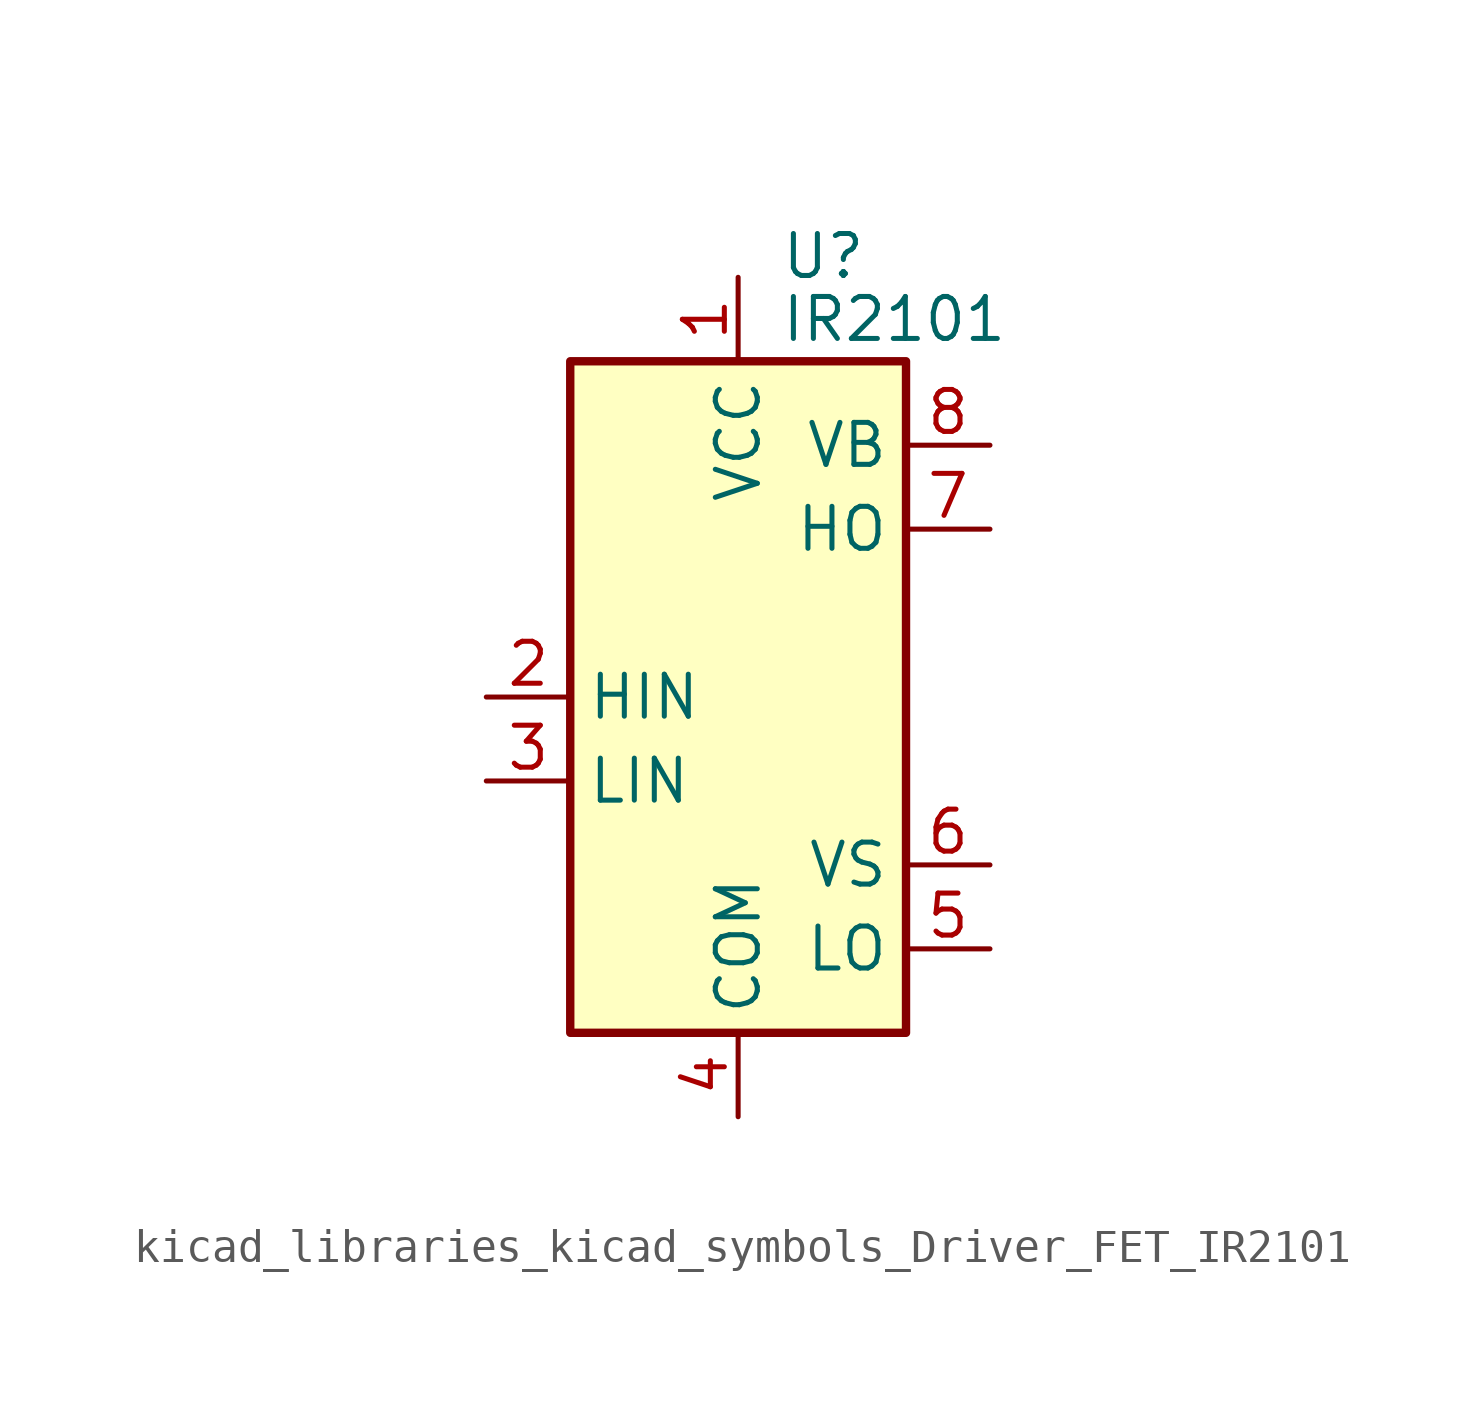
<source format=kicad_sym>
(kicad_symbol_lib
  (version 20220914)
  (generator kicad_symbol_editor)
  (symbol "kicad_libraries_kicad_symbols_Driver_FET_IR2101"
    (property "Reference" "U"
      (at 1.27 13.335 0)
      (effects (font (size 1.27 1.27)) (justify left)))
    (property "Value" "IR2101"
      (at 1.27 11.43 0)
      (effects (font (size 1.27 1.27)) (justify left)))
    (symbol "kicad_libraries_kicad_symbols_Driver_FET_IR2101_0_1"
      (rectangle (start -5.08 -10.16) (end 5.08 10.16) (stroke (width 0.254) (type default)) (fill (type background))))
    (symbol "kicad_libraries_kicad_symbols_Driver_FET_IR2101_1_1"
      (pin power_in line (at 0 12.7 270) (length 2.54) (name "VCC" (effects (font (size 1.27 1.27)))) (number "1" (effects (font (size 1.27 1.27)))))
      (pin input line (at -7.62 0 0) (length 2.54) (name "HIN" (effects (font (size 1.27 1.27)))) (number "2" (effects (font (size 1.27 1.27)))))
      (pin input line (at -7.62 -2.54 0) (length 2.54) (name "LIN" (effects (font (size 1.27 1.27)))) (number "3" (effects (font (size 1.27 1.27)))))
      (pin power_in line (at 0 -12.7 90) (length 2.54) (name "COM" (effects (font (size 1.27 1.27)))) (number "4" (effects (font (size 1.27 1.27)))))
      (pin output line (at 7.62 -7.62 180) (length 2.54) (name "LO" (effects (font (size 1.27 1.27)))) (number "5" (effects (font (size 1.27 1.27)))))
      (pin passive line (at 7.62 -5.08 180) (length 2.54) (name "VS" (effects (font (size 1.27 1.27)))) (number "6" (effects (font (size 1.27 1.27)))))
      (pin output line (at 7.62 5.08 180) (length 2.54) (name "HO" (effects (font (size 1.27 1.27)))) (number "7" (effects (font (size 1.27 1.27)))))
      (pin passive line (at 7.62 7.62 180) (length 2.54) (name "VB" (effects (font (size 1.27 1.27)))) (number "8" (effects (font (size 1.27 1.27))))))))
</source>
